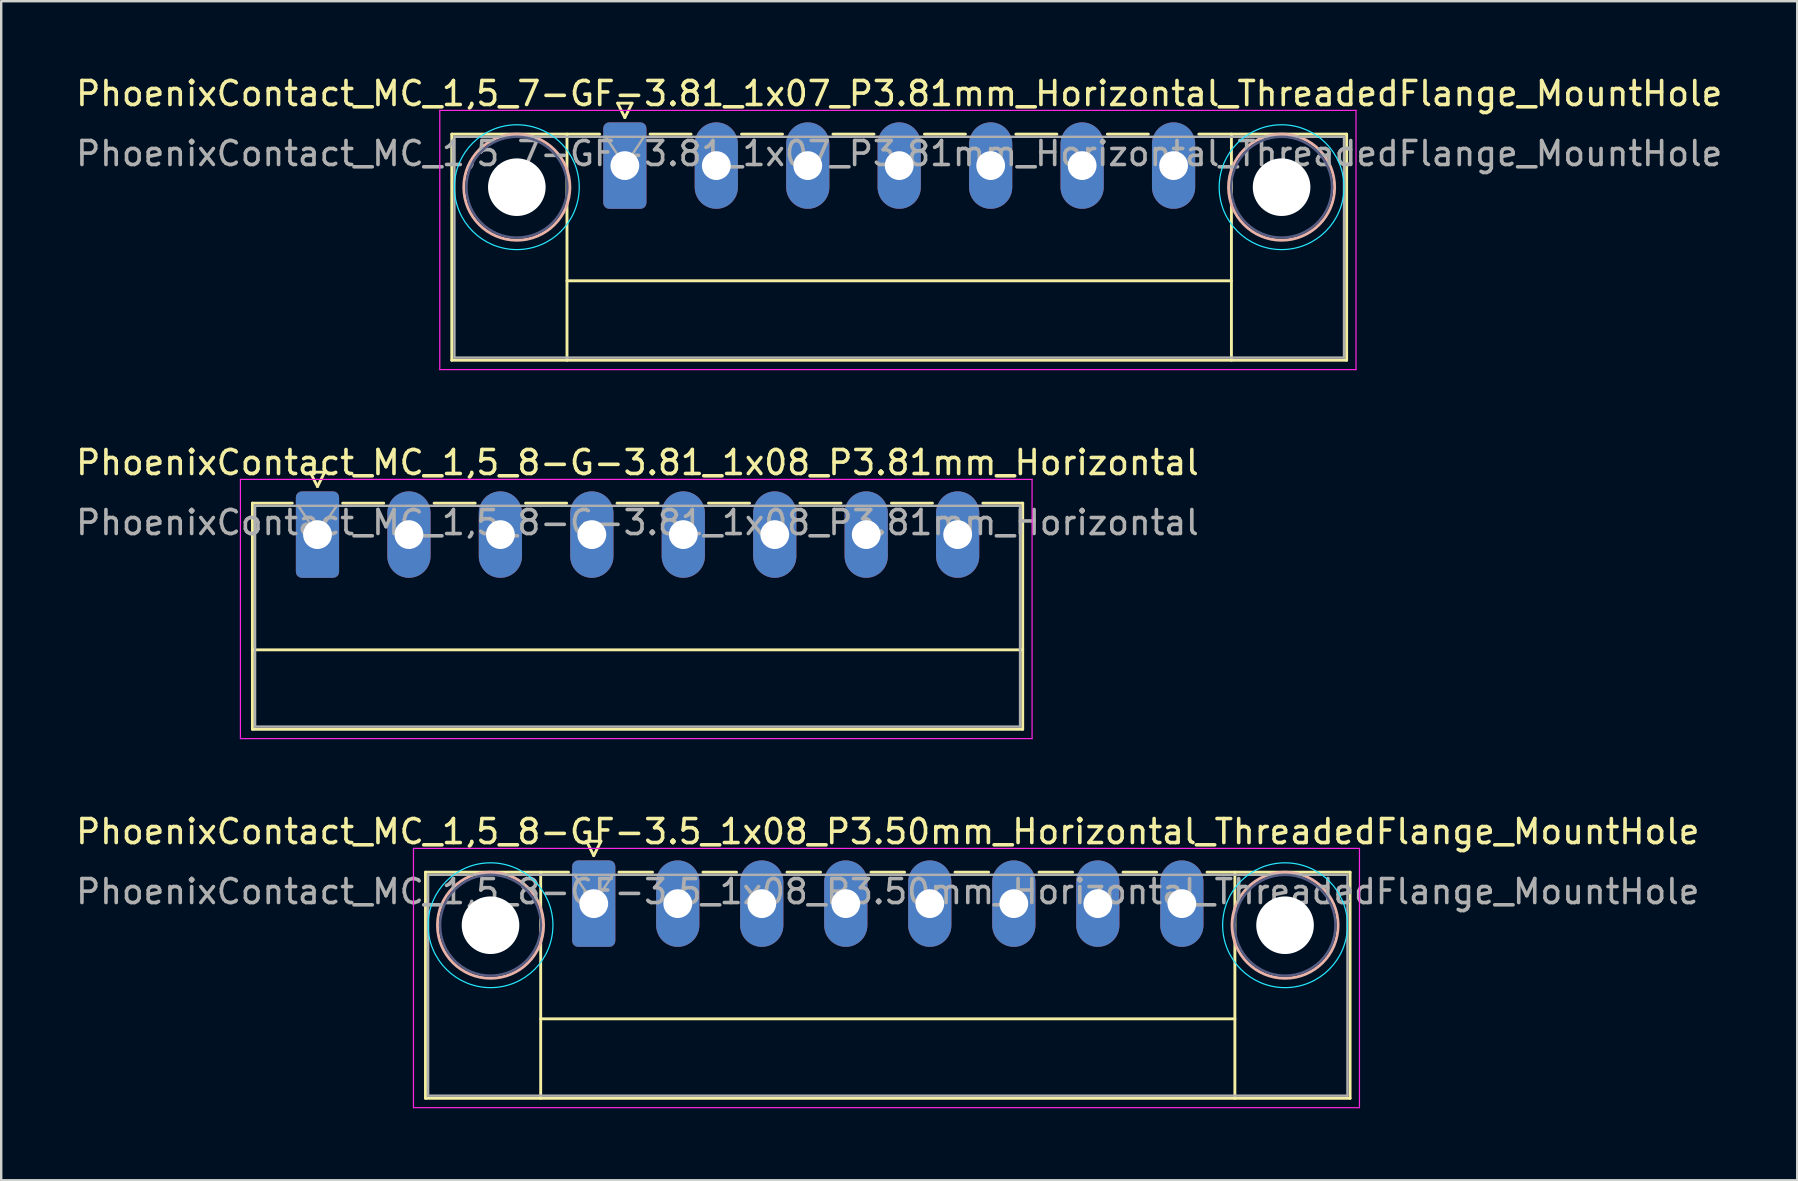
<source format=kicad_pcb>
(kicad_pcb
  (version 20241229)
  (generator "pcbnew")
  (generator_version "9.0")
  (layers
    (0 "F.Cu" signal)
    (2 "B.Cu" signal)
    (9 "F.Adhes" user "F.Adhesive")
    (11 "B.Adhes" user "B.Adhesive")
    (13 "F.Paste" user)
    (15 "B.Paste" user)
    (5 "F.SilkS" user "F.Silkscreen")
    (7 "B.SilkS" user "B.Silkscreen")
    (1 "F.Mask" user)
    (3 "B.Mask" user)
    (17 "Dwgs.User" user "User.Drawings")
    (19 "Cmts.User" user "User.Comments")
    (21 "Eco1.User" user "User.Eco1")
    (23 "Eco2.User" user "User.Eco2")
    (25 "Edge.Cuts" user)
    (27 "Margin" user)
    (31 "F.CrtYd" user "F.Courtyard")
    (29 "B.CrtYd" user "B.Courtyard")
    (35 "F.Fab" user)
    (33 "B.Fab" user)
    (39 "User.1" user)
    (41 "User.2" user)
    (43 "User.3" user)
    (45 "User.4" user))
  (footprint "PhoenixContact_MC_1,5_8-GF-3.5_1x08_P3.50mm_Horizontal_ThreadedFlange_MountHole"
    (layer "F.Cu")
    (at 21.685 34.595)
    (property "Reference" "PhoenixContact_MC_1,5_8-GF-3.5_1x08_P3.50mm_Horizontal_ThreadedFlange_MountHole" (at 12.25 -3 0) (layer "F.SilkS") (effects (font (size 1 1) (thickness 0.15))))
    (attr through_hole)
    (fp_line (start -7.01 -1.31) (end -7.01 8.11) (stroke (width 0.12) (type solid)) (layer "F.SilkS"))
    (fp_line (start -7.01 -1.31) (end -1.05 -1.31) (stroke (width 0.12) (type solid)) (layer "F.SilkS"))
    (fp_line (start -7.01 8.11) (end 31.51 8.11) (stroke (width 0.12) (type solid)) (layer "F.SilkS"))
    (fp_line (start -2.21 -1.31) (end -2.21 8.11) (stroke (width 0.12) (type solid)) (layer "F.SilkS"))
    (fp_line (start -2.21 4.8) (end 26.71 4.8) (stroke (width 0.12) (type solid)) (layer "F.SilkS"))
    (fp_line (start -0.3 -2.6) (end 0.3 -2.6) (stroke (width 0.12) (type solid)) (layer "F.SilkS"))
    (fp_line (start 0 -2) (end -0.3 -2.6) (stroke (width 0.12) (type solid)) (layer "F.SilkS"))
    (fp_line (start 0.3 -2.6) (end 0 -2) (stroke (width 0.12) (type solid)) (layer "F.SilkS"))
    (fp_line (start 1.05 -1.31) (end 2.45 -1.31) (stroke (width 0.12) (type solid)) (layer "F.SilkS"))
    (fp_line (start 4.55 -1.31) (end 5.95 -1.31) (stroke (width 0.12) (type solid)) (layer "F.SilkS"))
    (fp_line (start 8.05 -1.31) (end 9.45 -1.31) (stroke (width 0.12) (type solid)) (layer "F.SilkS"))
    (fp_line (start 11.55 -1.31) (end 12.95 -1.31) (stroke (width 0.12) (type solid)) (layer "F.SilkS"))
    (fp_line (start 15.05 -1.31) (end 16.45 -1.31) (stroke (width 0.12) (type solid)) (layer "F.SilkS"))
    (fp_line (start 18.55 -1.31) (end 19.95 -1.31) (stroke (width 0.12) (type solid)) (layer "F.SilkS"))
    (fp_line (start 22.05 -1.31) (end 23.45 -1.31) (stroke (width 0.12) (type solid)) (layer "F.SilkS"))
    (fp_line (start 26.71 -1.31) (end 26.71 8.11) (stroke (width 0.12) (type solid)) (layer "F.SilkS"))
    (fp_line (start 31.51 -1.31) (end 25.55 -1.31) (stroke (width 0.12) (type solid)) (layer "F.SilkS"))
    (fp_line (start 31.51 8.11) (end 31.51 -1.31) (stroke (width 0.12) (type solid)) (layer "F.SilkS"))
    (fp_circle (center -4.3 0.9) (end -2.09 0.9) (stroke (width 0.12) (type solid)) (fill no) (layer "B.SilkS"))
    (fp_circle (center 28.8 0.9) (end 31.01 0.9) (stroke (width 0.12) (type solid)) (fill no) (layer "B.SilkS"))
    (fp_circle (center -4.3 0.9) (end -1.7 0.9) (stroke (width 0.05) (type solid)) (fill no) (layer "B.CrtYd"))
    (fp_circle (center 28.8 0.9) (end 31.4 0.9) (stroke (width 0.05) (type solid)) (fill no) (layer "B.CrtYd"))
    (fp_line (start -7.51 -2.3) (end -7.51 8.5) (stroke (width 0.05) (type solid)) (layer "F.CrtYd"))
    (fp_line (start -7.51 8.5) (end 31.9 8.5) (stroke (width 0.05) (type solid)) (layer "F.CrtYd"))
    (fp_line (start 31.9 -2.3) (end -7.51 -2.3) (stroke (width 0.05) (type solid)) (layer "F.CrtYd"))
    (fp_line (start 31.9 8.5) (end 31.9 -2.3) (stroke (width 0.05) (type solid)) (layer "F.CrtYd"))
    (fp_circle (center -4.3 0.9) (end -2.2 0.9) (stroke (width 0.1) (type solid)) (fill no) (layer "B.Fab"))
    (fp_circle (center 28.8 0.9) (end 30.9 0.9) (stroke (width 0.1) (type solid)) (fill no) (layer "B.Fab"))
    (fp_line (start -6.9 -1.2) (end -6.9 8) (stroke (width 0.1) (type solid)) (layer "F.Fab"))
    (fp_line (start -6.9 8) (end 31.4 8) (stroke (width 0.1) (type solid)) (layer "F.Fab"))
    (fp_line (start 0 0) (end -0.8 -1.2) (stroke (width 0.1) (type solid)) (layer "F.Fab"))
    (fp_line (start 0.8 -1.2) (end 0 0) (stroke (width 0.1) (type solid)) (layer "F.Fab"))
    (fp_line (start 31.4 -1.2) (end -6.9 -1.2) (stroke (width 0.1) (type solid)) (layer "F.Fab"))
    (fp_line (start 31.4 8) (end 31.4 -1.2) (stroke (width 0.1) (type solid)) (layer "F.Fab"))
    (fp_text user "${REFERENCE}" (at 12.25 -0.5 0) (layer "F.Fab") (effects (font (size 1 1) (thickness 0.15))))
    (pad "" np_thru_hole circle (at -4.3 0.9) (size 2.4 2.4) (drill 2.4) (layers "*.Cu" "*.Mask"))
    (pad "" np_thru_hole circle (at 28.8 0.9) (size 2.4 2.4) (drill 2.4) (layers "*.Cu" "*.Mask"))
    (pad "1" thru_hole roundrect (at 0 0) (size 1.8 3.6) (drill 1.2) (layers "*.Cu" "*.Mask") (roundrect_rratio 0.139))
    (pad "2" thru_hole oval (at 3.5 0) (size 1.8 3.6) (drill 1.2) (layers "*.Cu" "*.Mask"))
    (pad "3" thru_hole oval (at 7 0) (size 1.8 3.6) (drill 1.2) (layers "*.Cu" "*.Mask"))
    (pad "4" thru_hole oval (at 10.5 0) (size 1.8 3.6) (drill 1.2) (layers "*.Cu" "*.Mask"))
    (pad "5" thru_hole oval (at 14 0) (size 1.8 3.6) (drill 1.2) (layers "*.Cu" "*.Mask"))
    (pad "6" thru_hole oval (at 17.5 0) (size 1.8 3.6) (drill 1.2) (layers "*.Cu" "*.Mask"))
    (pad "7" thru_hole oval (at 21 0) (size 1.8 3.6) (drill 1.2) (layers "*.Cu" "*.Mask"))
    (pad "8" thru_hole oval (at 24.5 0) (size 1.8 3.6) (drill 1.2) (layers "*.Cu" "*.Mask")))
  (footprint "PhoenixContact_MC_1,5_7-GF-3.81_1x07_P3.81mm_Horizontal_ThreadedFlange_MountHole"
    (layer "F.Cu")
    (at 22.981 3.848)
    (property "Reference" "PhoenixContact_MC_1,5_7-GF-3.81_1x07_P3.81mm_Horizontal_ThreadedFlange_MountHole" (at 11.43 -3 0) (layer "F.SilkS") (effects (font (size 1 1) (thickness 0.15))))
    (attr through_hole)
    (fp_line (start -7.21 -1.31) (end -7.21 8.11) (stroke (width 0.12) (type solid)) (layer "F.SilkS"))
    (fp_line (start -7.21 -1.31) (end -1.05 -1.31) (stroke (width 0.12) (type solid)) (layer "F.SilkS"))
    (fp_line (start -7.21 8.11) (end 30.07 8.11) (stroke (width 0.12) (type solid)) (layer "F.SilkS"))
    (fp_line (start -2.41 -1.31) (end -2.41 8.11) (stroke (width 0.12) (type solid)) (layer "F.SilkS"))
    (fp_line (start -2.41 4.8) (end 25.27 4.8) (stroke (width 0.12) (type solid)) (layer "F.SilkS"))
    (fp_line (start -0.3 -2.6) (end 0.3 -2.6) (stroke (width 0.12) (type solid)) (layer "F.SilkS"))
    (fp_line (start 0 -2) (end -0.3 -2.6) (stroke (width 0.12) (type solid)) (layer "F.SilkS"))
    (fp_line (start 0.3 -2.6) (end 0 -2) (stroke (width 0.12) (type solid)) (layer "F.SilkS"))
    (fp_line (start 1.05 -1.31) (end 2.76 -1.31) (stroke (width 0.12) (type solid)) (layer "F.SilkS"))
    (fp_line (start 4.86 -1.31) (end 6.57 -1.31) (stroke (width 0.12) (type solid)) (layer "F.SilkS"))
    (fp_line (start 8.67 -1.31) (end 10.38 -1.31) (stroke (width 0.12) (type solid)) (layer "F.SilkS"))
    (fp_line (start 12.48 -1.31) (end 14.19 -1.31) (stroke (width 0.12) (type solid)) (layer "F.SilkS"))
    (fp_line (start 16.29 -1.31) (end 18 -1.31) (stroke (width 0.12) (type solid)) (layer "F.SilkS"))
    (fp_line (start 20.1 -1.31) (end 21.81 -1.31) (stroke (width 0.12) (type solid)) (layer "F.SilkS"))
    (fp_line (start 25.27 -1.31) (end 25.27 8.11) (stroke (width 0.12) (type solid)) (layer "F.SilkS"))
    (fp_line (start 30.07 -1.31) (end 23.91 -1.31) (stroke (width 0.12) (type solid)) (layer "F.SilkS"))
    (fp_line (start 30.07 8.11) (end 30.07 -1.31) (stroke (width 0.12) (type solid)) (layer "F.SilkS"))
    (fp_circle (center -4.5 0.9) (end -2.29 0.9) (stroke (width 0.12) (type solid)) (fill no) (layer "B.SilkS"))
    (fp_circle (center 27.36 0.9) (end 29.57 0.9) (stroke (width 0.12) (type solid)) (fill no) (layer "B.SilkS"))
    (fp_circle (center -4.5 0.9) (end -1.9 0.9) (stroke (width 0.05) (type solid)) (fill no) (layer "B.CrtYd"))
    (fp_circle (center 27.36 0.9) (end 29.96 0.9) (stroke (width 0.05) (type solid)) (fill no) (layer "B.CrtYd"))
    (fp_line (start -7.71 -2.3) (end -7.71 8.5) (stroke (width 0.05) (type solid)) (layer "F.CrtYd"))
    (fp_line (start -7.71 8.5) (end 30.46 8.5) (stroke (width 0.05) (type solid)) (layer "F.CrtYd"))
    (fp_line (start 30.46 -2.3) (end -7.71 -2.3) (stroke (width 0.05) (type solid)) (layer "F.CrtYd"))
    (fp_line (start 30.46 8.5) (end 30.46 -2.3) (stroke (width 0.05) (type solid)) (layer "F.CrtYd"))
    (fp_circle (center -4.5 0.9) (end -2.4 0.9) (stroke (width 0.1) (type solid)) (fill no) (layer "B.Fab"))
    (fp_circle (center 27.36 0.9) (end 29.46 0.9) (stroke (width 0.1) (type solid)) (fill no) (layer "B.Fab"))
    (fp_line (start -7.1 -1.2) (end -7.1 8) (stroke (width 0.1) (type solid)) (layer "F.Fab"))
    (fp_line (start -7.1 8) (end 29.96 8) (stroke (width 0.1) (type solid)) (layer "F.Fab"))
    (fp_line (start 0 0) (end -0.8 -1.2) (stroke (width 0.1) (type solid)) (layer "F.Fab"))
    (fp_line (start 0.8 -1.2) (end 0 0) (stroke (width 0.1) (type solid)) (layer "F.Fab"))
    (fp_line (start 29.96 -1.2) (end -7.1 -1.2) (stroke (width 0.1) (type solid)) (layer "F.Fab"))
    (fp_line (start 29.96 8) (end 29.96 -1.2) (stroke (width 0.1) (type solid)) (layer "F.Fab"))
    (fp_text user "${REFERENCE}" (at 11.43 -0.5 0) (layer "F.Fab") (effects (font (size 1 1) (thickness 0.15))))
    (pad "" np_thru_hole circle (at -4.5 0.9) (size 2.4 2.4) (drill 2.4) (layers "*.Cu" "*.Mask"))
    (pad "" np_thru_hole circle (at 27.36 0.9) (size 2.4 2.4) (drill 2.4) (layers "*.Cu" "*.Mask"))
    (pad "1" thru_hole roundrect (at 0 0) (size 1.8 3.6) (drill 1.2) (layers "*.Cu" "*.Mask") (roundrect_rratio 0.139))
    (pad "2" thru_hole oval (at 3.81 0) (size 1.8 3.6) (drill 1.2) (layers "*.Cu" "*.Mask"))
    (pad "3" thru_hole oval (at 7.62 0) (size 1.8 3.6) (drill 1.2) (layers "*.Cu" "*.Mask"))
    (pad "4" thru_hole oval (at 11.43 0) (size 1.8 3.6) (drill 1.2) (layers "*.Cu" "*.Mask"))
    (pad "5" thru_hole oval (at 15.24 0) (size 1.8 3.6) (drill 1.2) (layers "*.Cu" "*.Mask"))
    (pad "6" thru_hole oval (at 19.05 0) (size 1.8 3.6) (drill 1.2) (layers "*.Cu" "*.Mask"))
    (pad "7" thru_hole oval (at 22.86 0) (size 1.8 3.6) (drill 1.2) (layers "*.Cu" "*.Mask")))
  (footprint "PhoenixContact_MC_1,5_8-G-3.81_1x08_P3.81mm_Horizontal"
    (layer "F.Cu")
    (at 10.176 19.221)
    (property "Reference" "PhoenixContact_MC_1,5_8-G-3.81_1x08_P3.81mm_Horizontal" (at 13.33 -3 0) (layer "F.SilkS") (effects (font (size 1 1) (thickness 0.15))))
    (attr through_hole)
    (fp_line (start -2.71 -1.31) (end -2.71 8.11) (stroke (width 0.12) (type solid)) (layer "F.SilkS"))
    (fp_line (start -2.71 -1.31) (end -1.05 -1.31) (stroke (width 0.12) (type solid)) (layer "F.SilkS"))
    (fp_line (start -2.71 4.8) (end 29.38 4.8) (stroke (width 0.12) (type solid)) (layer "F.SilkS"))
    (fp_line (start -2.71 8.11) (end 29.38 8.11) (stroke (width 0.12) (type solid)) (layer "F.SilkS"))
    (fp_line (start -0.3 -2.6) (end 0.3 -2.6) (stroke (width 0.12) (type solid)) (layer "F.SilkS"))
    (fp_line (start 0 -2) (end -0.3 -2.6) (stroke (width 0.12) (type solid)) (layer "F.SilkS"))
    (fp_line (start 0.3 -2.6) (end 0 -2) (stroke (width 0.12) (type solid)) (layer "F.SilkS"))
    (fp_line (start 1.05 -1.31) (end 2.76 -1.31) (stroke (width 0.12) (type solid)) (layer "F.SilkS"))
    (fp_line (start 4.86 -1.31) (end 6.57 -1.31) (stroke (width 0.12) (type solid)) (layer "F.SilkS"))
    (fp_line (start 8.67 -1.31) (end 10.38 -1.31) (stroke (width 0.12) (type solid)) (layer "F.SilkS"))
    (fp_line (start 12.48 -1.31) (end 14.19 -1.31) (stroke (width 0.12) (type solid)) (layer "F.SilkS"))
    (fp_line (start 16.29 -1.31) (end 18 -1.31) (stroke (width 0.12) (type solid)) (layer "F.SilkS"))
    (fp_line (start 20.1 -1.31) (end 21.81 -1.31) (stroke (width 0.12) (type solid)) (layer "F.SilkS"))
    (fp_line (start 23.91 -1.31) (end 25.62 -1.31) (stroke (width 0.12) (type solid)) (layer "F.SilkS"))
    (fp_line (start 29.38 -1.31) (end 27.72 -1.31) (stroke (width 0.12) (type solid)) (layer "F.SilkS"))
    (fp_line (start 29.38 8.11) (end 29.38 -1.31) (stroke (width 0.12) (type solid)) (layer "F.SilkS"))
    (fp_line (start -3.21 -2.3) (end -3.21 8.5) (stroke (width 0.05) (type solid)) (layer "F.CrtYd"))
    (fp_line (start -3.21 8.5) (end 29.77 8.5) (stroke (width 0.05) (type solid)) (layer "F.CrtYd"))
    (fp_line (start 29.77 -2.3) (end -3.21 -2.3) (stroke (width 0.05) (type solid)) (layer "F.CrtYd"))
    (fp_line (start 29.77 8.5) (end 29.77 -2.3) (stroke (width 0.05) (type solid)) (layer "F.CrtYd"))
    (fp_line (start -2.6 -1.2) (end -2.6 8) (stroke (width 0.1) (type solid)) (layer "F.Fab"))
    (fp_line (start -2.6 8) (end 29.27 8) (stroke (width 0.1) (type solid)) (layer "F.Fab"))
    (fp_line (start 0 0) (end -0.8 -1.2) (stroke (width 0.1) (type solid)) (layer "F.Fab"))
    (fp_line (start 0.8 -1.2) (end 0 0) (stroke (width 0.1) (type solid)) (layer "F.Fab"))
    (fp_line (start 29.27 -1.2) (end -2.6 -1.2) (stroke (width 0.1) (type solid)) (layer "F.Fab"))
    (fp_line (start 29.27 8) (end 29.27 -1.2) (stroke (width 0.1) (type solid)) (layer "F.Fab"))
    (fp_text user "${REFERENCE}" (at 13.33 -0.5 0) (layer "F.Fab") (effects (font (size 1 1) (thickness 0.15))))
    (pad "1" thru_hole roundrect (at 0 0) (size 1.8 3.6) (drill 1.2) (layers "*.Cu" "*.Mask") (roundrect_rratio 0.139))
    (pad "2" thru_hole oval (at 3.81 0) (size 1.8 3.6) (drill 1.2) (layers "*.Cu" "*.Mask"))
    (pad "3" thru_hole oval (at 7.62 0) (size 1.8 3.6) (drill 1.2) (layers "*.Cu" "*.Mask"))
    (pad "4" thru_hole oval (at 11.43 0) (size 1.8 3.6) (drill 1.2) (layers "*.Cu" "*.Mask"))
    (pad "5" thru_hole oval (at 15.24 0) (size 1.8 3.6) (drill 1.2) (layers "*.Cu" "*.Mask"))
    (pad "6" thru_hole oval (at 19.05 0) (size 1.8 3.6) (drill 1.2) (layers "*.Cu" "*.Mask"))
    (pad "7" thru_hole oval (at 22.86 0) (size 1.8 3.6) (drill 1.2) (layers "*.Cu" "*.Mask"))
    (pad "8" thru_hole oval (at 26.67 0) (size 1.8 3.6) (drill 1.2) (layers "*.Cu" "*.Mask")))
  (gr_rect
    (start -3 -3)
    (end 71.821 46.12)
    (stroke (width 0.1) (type default))
    (fill no)
    (layer "Edge.Cuts")))
</source>
